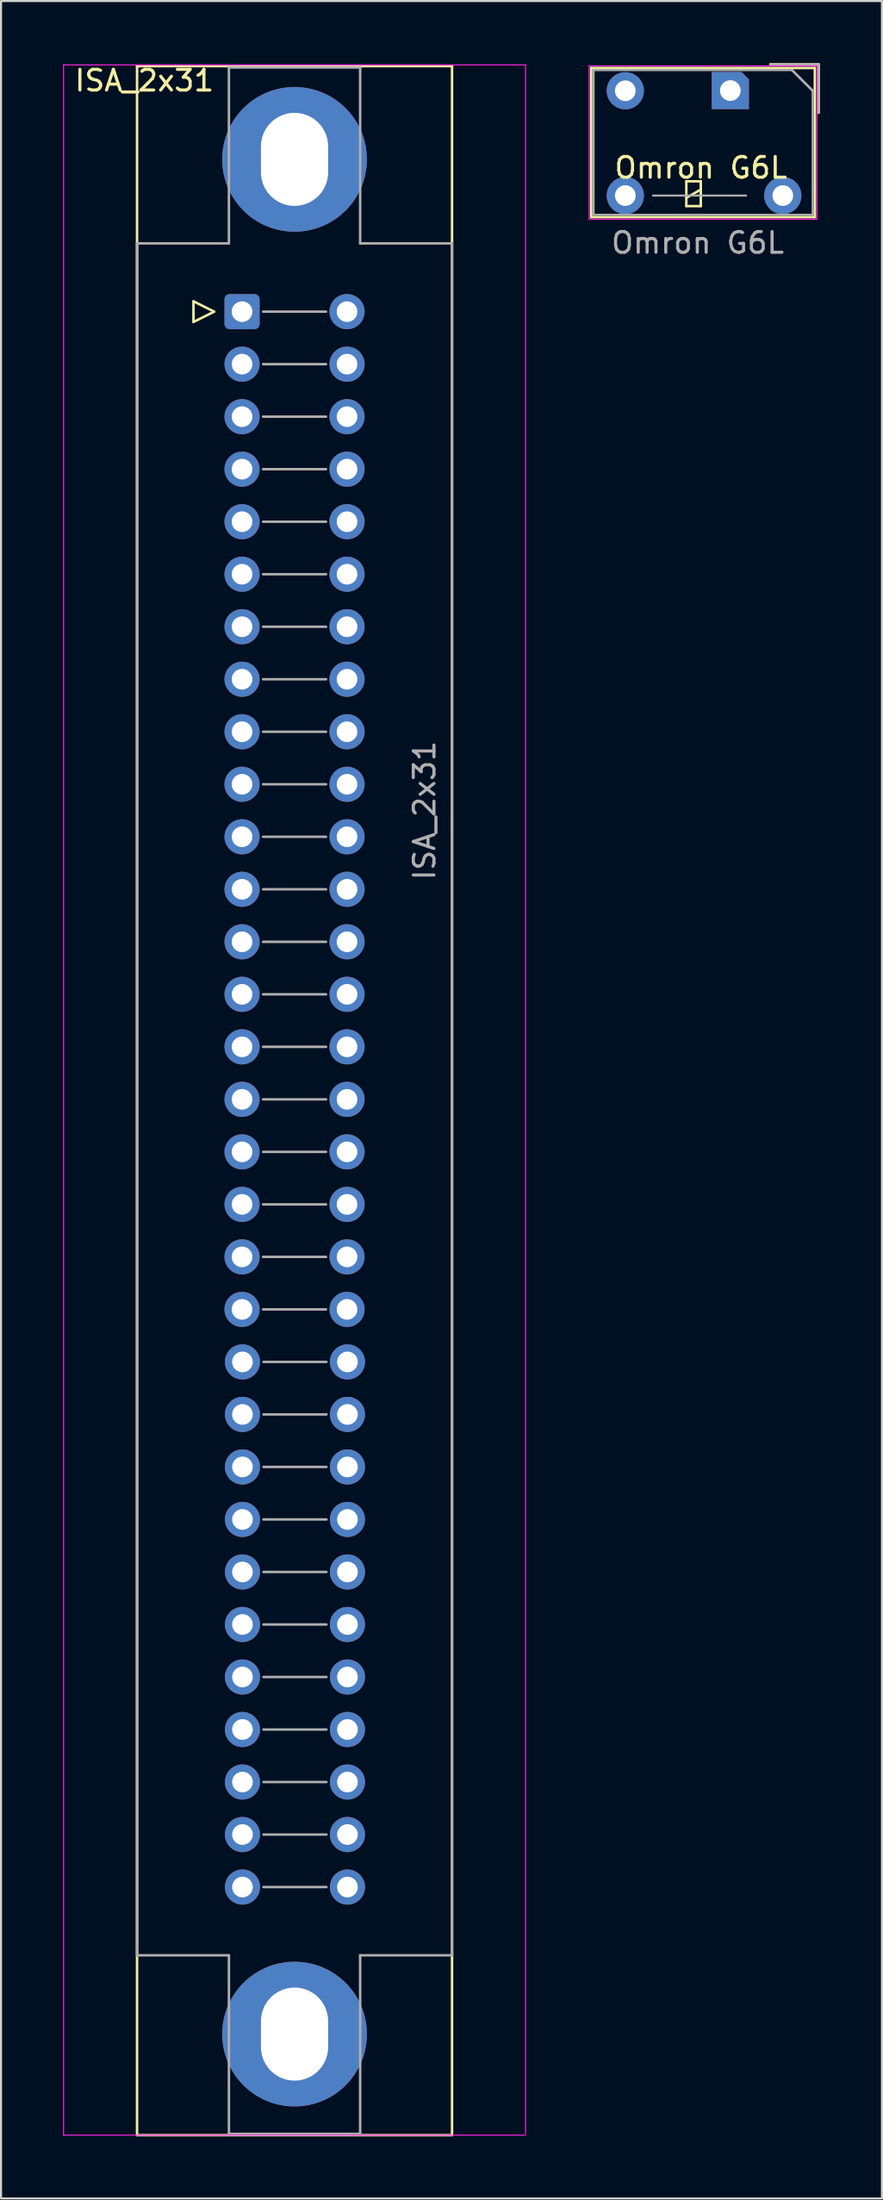
<source format=kicad_pcb>
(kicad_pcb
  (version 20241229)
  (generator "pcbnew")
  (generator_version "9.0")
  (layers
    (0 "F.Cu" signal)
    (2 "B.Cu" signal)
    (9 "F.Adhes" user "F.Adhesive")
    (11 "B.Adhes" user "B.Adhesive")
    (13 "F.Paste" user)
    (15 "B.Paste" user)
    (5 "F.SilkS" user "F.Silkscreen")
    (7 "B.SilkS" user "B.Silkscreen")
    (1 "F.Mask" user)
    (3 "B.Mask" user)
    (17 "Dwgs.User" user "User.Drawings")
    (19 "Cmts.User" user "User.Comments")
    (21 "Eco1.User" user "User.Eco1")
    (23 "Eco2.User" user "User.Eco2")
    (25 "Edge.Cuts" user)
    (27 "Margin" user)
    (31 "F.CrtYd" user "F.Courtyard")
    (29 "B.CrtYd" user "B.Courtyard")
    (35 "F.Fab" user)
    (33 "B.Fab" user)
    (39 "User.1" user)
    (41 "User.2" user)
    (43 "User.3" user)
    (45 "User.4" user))
  (footprint "ISA_2x31"
    (layer "F.Cu")
    (at 8.661 12.024)
    (property "Reference" "ISA_2x31" (at -1.27 -11.176 0) (layer "F.SilkS") (effects (font (size 1 1) (thickness 0.15)) (justify right)))
    (attr through_hole)
    (fp_line (start -5.08 -11.874) (end 10.16 -11.874) (stroke (width 0.12) (type solid)) (layer "F.SilkS"))
    (fp_line (start -5.08 88.138) (end -5.08 -11.874) (stroke (width 0.12) (type solid)) (layer "F.SilkS"))
    (fp_line (start -2.35 -0.5) (end -2.35 0.5) (stroke (width 0.12) (type solid)) (layer "F.SilkS"))
    (fp_line (start -2.35 0.5) (end -1.35 0) (stroke (width 0.12) (type solid)) (layer "F.SilkS"))
    (fp_line (start -1.35 0) (end -2.35 -0.5) (stroke (width 0.12) (type solid)) (layer "F.SilkS"))
    (fp_line (start 10.16 -11.874) (end 10.16 88.138) (stroke (width 0.12) (type solid)) (layer "F.SilkS"))
    (fp_line (start 10.16 88.201) (end -5.08 88.201) (stroke (width 0.12) (type solid)) (layer "F.SilkS"))
    (fp_line (start -8.636 -11.938) (end 13.716 -11.938) (stroke (width 0.05) (type solid)) (layer "F.CrtYd"))
    (fp_line (start -8.636 88.2) (end -8.636 -11.938) (stroke (width 0.05) (type solid)) (layer "F.CrtYd"))
    (fp_line (start 13.716 -11.938) (end 13.716 88.138) (stroke (width 0.05) (type solid)) (layer "F.CrtYd"))
    (fp_line (start 13.716 88.2) (end -8.636 88.2) (stroke (width 0.05) (type solid)) (layer "F.CrtYd"))
    (fp_line (start -5.08 79.502) (end -5.08 -3.302) (stroke (width 0.12) (type solid)) (layer "F.Fab"))
    (fp_line (start -0.635 -11.811) (end 5.715 -11.811) (stroke (width 0.12) (type solid)) (layer "F.Fab"))
    (fp_line (start -0.635 -3.302) (end -5.08 -3.302) (stroke (width 0.12) (type solid)) (layer "F.Fab"))
    (fp_line (start -0.635 -3.302) (end -0.635 -11.811) (stroke (width 0.12) (type solid)) (layer "F.Fab"))
    (fp_line (start -0.635 79.502) (end -5.08 79.502) (stroke (width 0.12) (type solid)) (layer "F.Fab"))
    (fp_line (start -0.635 88.138) (end -0.635 79.502) (stroke (width 0.12) (type solid)) (layer "F.Fab"))
    (fp_line (start -0.635 88.138) (end 5.715 88.138) (stroke (width 0.12) (type solid)) (layer "F.Fab"))
    (fp_line (start 1.016 0) (end 4.064 0) (stroke (width 0.12) (type solid)) (layer "F.Fab"))
    (fp_line (start 1.016 2.54) (end 4.064 2.54) (stroke (width 0.12) (type solid)) (layer "F.Fab"))
    (fp_line (start 1.016 5.08) (end 4.064 5.08) (stroke (width 0.12) (type solid)) (layer "F.Fab"))
    (fp_line (start 1.016 7.62) (end 4.064 7.62) (stroke (width 0.12) (type solid)) (layer "F.Fab"))
    (fp_line (start 1.016 10.16) (end 4.064 10.16) (stroke (width 0.12) (type solid)) (layer "F.Fab"))
    (fp_line (start 1.016 12.7) (end 4.064 12.7) (stroke (width 0.12) (type solid)) (layer "F.Fab"))
    (fp_line (start 1.016 15.24) (end 4.064 15.24) (stroke (width 0.12) (type solid)) (layer "F.Fab"))
    (fp_line (start 1.016 17.78) (end 4.064 17.78) (stroke (width 0.12) (type solid)) (layer "F.Fab"))
    (fp_line (start 1.016 20.32) (end 4.064 20.32) (stroke (width 0.12) (type solid)) (layer "F.Fab"))
    (fp_line (start 1.016 22.86) (end 4.064 22.86) (stroke (width 0.12) (type solid)) (layer "F.Fab"))
    (fp_line (start 1.016 25.4) (end 4.064 25.4) (stroke (width 0.12) (type solid)) (layer "F.Fab"))
    (fp_line (start 1.016 27.94) (end 4.064 27.94) (stroke (width 0.12) (type solid)) (layer "F.Fab"))
    (fp_line (start 1.016 30.48) (end 4.064 30.48) (stroke (width 0.12) (type solid)) (layer "F.Fab"))
    (fp_line (start 1.016 33.02) (end 4.064 33.02) (stroke (width 0.12) (type solid)) (layer "F.Fab"))
    (fp_line (start 1.016 35.56) (end 4.064 35.56) (stroke (width 0.12) (type solid)) (layer "F.Fab"))
    (fp_line (start 1.016 38.1) (end 4.064 38.1) (stroke (width 0.12) (type solid)) (layer "F.Fab"))
    (fp_line (start 1.016 40.64) (end 4.064 40.64) (stroke (width 0.12) (type solid)) (layer "F.Fab"))
    (fp_line (start 1.016 43.18) (end 4.064 43.18) (stroke (width 0.12) (type solid)) (layer "F.Fab"))
    (fp_line (start 1.016 45.72) (end 4.064 45.72) (stroke (width 0.12) (type solid)) (layer "F.Fab"))
    (fp_line (start 1.016 48.26) (end 4.064 48.26) (stroke (width 0.12) (type solid)) (layer "F.Fab"))
    (fp_line (start 1.036 50.8) (end 4.084 50.8) (stroke (width 0.12) (type solid)) (layer "F.Fab"))
    (fp_line (start 1.036 53.34) (end 4.084 53.34) (stroke (width 0.12) (type solid)) (layer "F.Fab"))
    (fp_line (start 1.036 55.88) (end 4.084 55.88) (stroke (width 0.12) (type solid)) (layer "F.Fab"))
    (fp_line (start 1.036 58.42) (end 4.084 58.42) (stroke (width 0.12) (type solid)) (layer "F.Fab"))
    (fp_line (start 1.036 60.96) (end 4.084 60.96) (stroke (width 0.12) (type solid)) (layer "F.Fab"))
    (fp_line (start 1.036 63.5) (end 4.084 63.5) (stroke (width 0.12) (type solid)) (layer "F.Fab"))
    (fp_line (start 1.036 66.04) (end 4.084 66.04) (stroke (width 0.12) (type solid)) (layer "F.Fab"))
    (fp_line (start 1.036 68.58) (end 4.084 68.58) (stroke (width 0.12) (type solid)) (layer "F.Fab"))
    (fp_line (start 1.036 71.12) (end 4.084 71.12) (stroke (width 0.12) (type solid)) (layer "F.Fab"))
    (fp_line (start 1.036 73.66) (end 4.084 73.66) (stroke (width 0.12) (type solid)) (layer "F.Fab"))
    (fp_line (start 1.036 76.2) (end 4.084 76.2) (stroke (width 0.12) (type solid)) (layer "F.Fab"))
    (fp_line (start 5.715 -11.811) (end 5.715 -3.302) (stroke (width 0.12) (type solid)) (layer "F.Fab"))
    (fp_line (start 5.715 -3.302) (end 10.16 -3.302) (stroke (width 0.12) (type solid)) (layer "F.Fab"))
    (fp_line (start 5.715 79.502) (end 5.715 88.138) (stroke (width 0.12) (type solid)) (layer "F.Fab"))
    (fp_line (start 10.16 -3.302) (end 10.16 79.502) (stroke (width 0.12) (type solid)) (layer "F.Fab"))
    (fp_line (start 10.16 79.502) (end 5.715 79.502) (stroke (width 0.12) (type solid)) (layer "F.Fab"))
    (fp_text user "${REFERENCE}" (at 8.83 24.13 90) (layer "F.Fab") (effects (font (size 1 1) (thickness 0.15))))
    (pad "MP" thru_hole circle (at 2.54 -7.366) (size 7 7) (drill oval 3.25 4.5) (layers "*.Cu" "*.Mask"))
    (pad "MP" thru_hole circle (at 2.54 83.312) (size 7 7) (drill oval 3.25 4.5) (layers "*.Cu" "*.Mask"))
    (pad "a1" thru_hole roundrect (at 0 0) (size 1.7 1.7) (drill 1) (layers "*.Cu" "*.Mask") (roundrect_rratio 0.147))
    (pad "a2" thru_hole circle (at 0 2.54) (size 1.7 1.7) (drill 1) (layers "*.Cu" "*.Mask"))
    (pad "a3" thru_hole circle (at 0 5.08) (size 1.7 1.7) (drill 1) (layers "*.Cu" "*.Mask"))
    (pad "a4" thru_hole circle (at 0 7.62) (size 1.7 1.7) (drill 1) (layers "*.Cu" "*.Mask"))
    (pad "a5" thru_hole circle (at 0 10.16) (size 1.7 1.7) (drill 1) (layers "*.Cu" "*.Mask"))
    (pad "a6" thru_hole circle (at 0 12.7) (size 1.7 1.7) (drill 1) (layers "*.Cu" "*.Mask"))
    (pad "a7" thru_hole circle (at 0 15.24) (size 1.7 1.7) (drill 1) (layers "*.Cu" "*.Mask"))
    (pad "a8" thru_hole circle (at 0 17.78) (size 1.7 1.7) (drill 1) (layers "*.Cu" "*.Mask"))
    (pad "a9" thru_hole circle (at 0 20.32) (size 1.7 1.7) (drill 1) (layers "*.Cu" "*.Mask"))
    (pad "a10" thru_hole circle (at 0 22.86) (size 1.7 1.7) (drill 1) (layers "*.Cu" "*.Mask"))
    (pad "a11" thru_hole circle (at 0 25.4) (size 1.7 1.7) (drill 1) (layers "*.Cu" "*.Mask"))
    (pad "a12" thru_hole circle (at 0 27.94) (size 1.7 1.7) (drill 1) (layers "*.Cu" "*.Mask"))
    (pad "a13" thru_hole circle (at 0 30.48) (size 1.7 1.7) (drill 1) (layers "*.Cu" "*.Mask"))
    (pad "a14" thru_hole circle (at 0 33.02) (size 1.7 1.7) (drill 1) (layers "*.Cu" "*.Mask"))
    (pad "a15" thru_hole circle (at 0 35.56) (size 1.7 1.7) (drill 1) (layers "*.Cu" "*.Mask"))
    (pad "a16" thru_hole circle (at 0 38.1) (size 1.7 1.7) (drill 1) (layers "*.Cu" "*.Mask"))
    (pad "a17" thru_hole circle (at 0 40.64) (size 1.7 1.7) (drill 1) (layers "*.Cu" "*.Mask"))
    (pad "a18" thru_hole circle (at 0 43.18) (size 1.7 1.7) (drill 1) (layers "*.Cu" "*.Mask"))
    (pad "a19" thru_hole circle (at 0 45.72) (size 1.7 1.7) (drill 1) (layers "*.Cu" "*.Mask"))
    (pad "a20" thru_hole circle (at 0 48.26) (size 1.7 1.7) (drill 1) (layers "*.Cu" "*.Mask"))
    (pad "a21" thru_hole circle (at 0.02 50.8) (size 1.7 1.7) (drill 1) (layers "*.Cu" "*.Mask"))
    (pad "a22" thru_hole circle (at 0.02 53.34) (size 1.7 1.7) (drill 1) (layers "*.Cu" "*.Mask"))
    (pad "a23" thru_hole circle (at 0.02 55.88) (size 1.7 1.7) (drill 1) (layers "*.Cu" "*.Mask"))
    (pad "a24" thru_hole circle (at 0.02 58.42) (size 1.7 1.7) (drill 1) (layers "*.Cu" "*.Mask"))
    (pad "a25" thru_hole circle (at 0.02 60.96) (size 1.7 1.7) (drill 1) (layers "*.Cu" "*.Mask"))
    (pad "a26" thru_hole circle (at 0.02 63.5) (size 1.7 1.7) (drill 1) (layers "*.Cu" "*.Mask"))
    (pad "a27" thru_hole circle (at 0.02 66.04) (size 1.7 1.7) (drill 1) (layers "*.Cu" "*.Mask"))
    (pad "a28" thru_hole circle (at 0.02 68.58) (size 1.7 1.7) (drill 1) (layers "*.Cu" "*.Mask"))
    (pad "a29" thru_hole circle (at 0.02 71.12) (size 1.7 1.7) (drill 1) (layers "*.Cu" "*.Mask"))
    (pad "a30" thru_hole circle (at 0.02 73.66) (size 1.7 1.7) (drill 1) (layers "*.Cu" "*.Mask"))
    (pad "a31" thru_hole circle (at 0.02 76.2) (size 1.7 1.7) (drill 1) (layers "*.Cu" "*.Mask"))
    (pad "b1" thru_hole circle (at 5.08 0) (size 1.7 1.7) (drill 1) (layers "*.Cu" "*.Mask"))
    (pad "b2" thru_hole circle (at 5.08 2.54) (size 1.7 1.7) (drill 1) (layers "*.Cu" "*.Mask"))
    (pad "b3" thru_hole circle (at 5.08 5.08) (size 1.7 1.7) (drill 1) (layers "*.Cu" "*.Mask"))
    (pad "b4" thru_hole circle (at 5.08 7.62) (size 1.7 1.7) (drill 1) (layers "*.Cu" "*.Mask"))
    (pad "b5" thru_hole circle (at 5.08 10.16) (size 1.7 1.7) (drill 1) (layers "*.Cu" "*.Mask"))
    (pad "b6" thru_hole circle (at 5.08 12.7) (size 1.7 1.7) (drill 1) (layers "*.Cu" "*.Mask"))
    (pad "b7" thru_hole circle (at 5.08 15.24) (size 1.7 1.7) (drill 1) (layers "*.Cu" "*.Mask"))
    (pad "b8" thru_hole circle (at 5.08 17.78) (size 1.7 1.7) (drill 1) (layers "*.Cu" "*.Mask"))
    (pad "b9" thru_hole circle (at 5.08 20.32) (size 1.7 1.7) (drill 1) (layers "*.Cu" "*.Mask"))
    (pad "b10" thru_hole circle (at 5.08 22.86) (size 1.7 1.7) (drill 1) (layers "*.Cu" "*.Mask"))
    (pad "b11" thru_hole circle (at 5.08 25.4) (size 1.7 1.7) (drill 1) (layers "*.Cu" "*.Mask"))
    (pad "b12" thru_hole circle (at 5.08 27.94) (size 1.7 1.7) (drill 1) (layers "*.Cu" "*.Mask"))
    (pad "b13" thru_hole circle (at 5.08 30.48) (size 1.7 1.7) (drill 1) (layers "*.Cu" "*.Mask"))
    (pad "b14" thru_hole circle (at 5.08 33.02) (size 1.7 1.7) (drill 1) (layers "*.Cu" "*.Mask"))
    (pad "b15" thru_hole circle (at 5.08 35.56) (size 1.7 1.7) (drill 1) (layers "*.Cu" "*.Mask"))
    (pad "b16" thru_hole circle (at 5.08 38.1) (size 1.7 1.7) (drill 1) (layers "*.Cu" "*.Mask"))
    (pad "b17" thru_hole circle (at 5.08 40.64) (size 1.7 1.7) (drill 1) (layers "*.Cu" "*.Mask"))
    (pad "b18" thru_hole circle (at 5.08 43.18) (size 1.7 1.7) (drill 1) (layers "*.Cu" "*.Mask"))
    (pad "b19" thru_hole circle (at 5.08 45.72) (size 1.7 1.7) (drill 1) (layers "*.Cu" "*.Mask"))
    (pad "b20" thru_hole circle (at 5.08 48.26) (size 1.7 1.7) (drill 1) (layers "*.Cu" "*.Mask"))
    (pad "b21" thru_hole circle (at 5.1 50.8) (size 1.7 1.7) (drill 1) (layers "*.Cu" "*.Mask"))
    (pad "b22" thru_hole circle (at 5.1 53.34) (size 1.7 1.7) (drill 1) (layers "*.Cu" "*.Mask"))
    (pad "b23" thru_hole circle (at 5.1 55.88) (size 1.7 1.7) (drill 1) (layers "*.Cu" "*.Mask"))
    (pad "b24" thru_hole circle (at 5.1 58.42) (size 1.7 1.7) (drill 1) (layers "*.Cu" "*.Mask"))
    (pad "b25" thru_hole circle (at 5.1 60.96) (size 1.7 1.7) (drill 1) (layers "*.Cu" "*.Mask"))
    (pad "b26" thru_hole circle (at 5.1 63.5) (size 1.7 1.7) (drill 1) (layers "*.Cu" "*.Mask"))
    (pad "b27" thru_hole circle (at 5.1 66.04) (size 1.7 1.7) (drill 1) (layers "*.Cu" "*.Mask"))
    (pad "b28" thru_hole circle (at 5.1 68.58) (size 1.7 1.7) (drill 1) (layers "*.Cu" "*.Mask"))
    (pad "b29" thru_hole circle (at 5.1 71.12) (size 1.7 1.7) (drill 1) (layers "*.Cu" "*.Mask"))
    (pad "b30" thru_hole circle (at 5.1 73.66) (size 1.7 1.7) (drill 1) (layers "*.Cu" "*.Mask"))
    (pad "b31" thru_hole circle (at 5.1 76.2) (size 1.7 1.7) (drill 1) (layers "*.Cu" "*.Mask")))
  (footprint "Omron G6L"
    (layer "F.Cu")
    (at 30.736 3.601)
    (property "Reference" "Omron G6L" (at 0.127 1.463 0) (unlocked yes) (layer "F.SilkS") (effects (font (size 1 1) (thickness 0.15))))
    (attr through_hole)
    (fp_line (start -5.182 -3.363) (end -5.182 3.85) (stroke (width 0.12) (type solid)) (layer "F.SilkS"))
    (fp_line (start -5.182 3.85) (end 5.639 3.85) (stroke (width 0.12) (type solid)) (layer "F.SilkS"))
    (fp_line (start -0.579 2.117) (end -0.579 3.317) (stroke (width 0.12) (type solid)) (layer "F.SilkS"))
    (fp_line (start -0.579 2.917) (end 0.121 2.517) (stroke (width 0.12) (type solid)) (layer "F.SilkS"))
    (fp_line (start -0.579 3.317) (end 0.121 3.317) (stroke (width 0.12) (type solid)) (layer "F.SilkS"))
    (fp_line (start 0.121 2.117) (end -0.579 2.117) (stroke (width 0.12) (type solid)) (layer "F.SilkS"))
    (fp_line (start 0.121 3.317) (end 0.121 2.117) (stroke (width 0.12) (type solid)) (layer "F.SilkS"))
    (fp_line (start 3.482 -3.541) (end 5.822 -3.541) (stroke (width 0.12) (type solid)) (layer "F.SilkS"))
    (fp_line (start 5.639 -3.363) (end -5.182 -3.363) (stroke (width 0.12) (type solid)) (layer "F.SilkS"))
    (fp_line (start 5.639 3.85) (end 5.639 -3.363) (stroke (width 0.12) (type solid)) (layer "F.SilkS"))
    (fp_line (start 5.828 -3.535) (end 5.828 -1.195) (stroke (width 0.12) (type solid)) (layer "F.SilkS"))
    (fp_line (start -5.283 -3.465) (end -5.283 3.952) (stroke (width 0.05) (type solid)) (layer "F.CrtYd"))
    (fp_line (start -5.283 3.952) (end 5.74 3.952) (stroke (width 0.05) (type solid)) (layer "F.CrtYd"))
    (fp_line (start 5.74 -3.465) (end -5.309 -3.465) (stroke (width 0.05) (type solid)) (layer "F.CrtYd"))
    (fp_line (start 5.74 3.952) (end 5.74 -3.465) (stroke (width 0.05) (type solid)) (layer "F.CrtYd"))
    (fp_line (start -5.065 -3.261) (end -5.065 3.739) (stroke (width 0.1) (type solid)) (layer "F.Fab"))
    (fp_line (start -5.065 3.739) (end 5.535 3.739) (stroke (width 0.1) (type solid)) (layer "F.Fab"))
    (fp_line (start -2.189 2.809) (end 2.311 2.809) (stroke (width 0.1) (type solid)) (layer "F.Fab"))
    (fp_line (start 3.477 -3.541) (end 5.817 -3.541) (stroke (width 0.1) (type solid)) (layer "F.Fab"))
    (fp_line (start 4.535 -3.261) (end -5.065 -3.261) (stroke (width 0.1) (type solid)) (layer "F.Fab"))
    (fp_line (start 4.535 -3.261) (end 5.526 -2.27) (stroke (width 0.12) (type solid)) (layer "F.Fab"))
    (fp_line (start 5.535 3.712) (end 5.535 -2.288) (stroke (width 0.1) (type solid)) (layer "F.Fab"))
    (fp_line (start 5.828 -3.538) (end 5.828 -1.198) (stroke (width 0.1) (type solid)) (layer "F.Fab"))
    (fp_text user "${REFERENCE}" (at -0.025 5.095 0) (unlocked yes) (layer "F.Fab") (effects (font (size 1 1) (thickness 0.15))))
    (pad "2" thru_hole roundrect (at 1.549 -2.271 270) (size 1.8 1.8) (drill 1) (layers "*.Cu" "*.Mask") (roundrect_rratio 0) (chamfer_ratio 0.2) (chamfer top_left))
    (pad "4" thru_hole circle (at -3.531 -2.261 270) (size 1.8 1.8) (drill 1) (layers "*.Cu" "*.Mask"))
    (pad "5" thru_hole circle (at -3.531 2.809 270) (size 1.8 1.8) (drill 1) (layers "*.Cu" "*.Mask"))
    (pad "8" thru_hole circle (at 4.089 2.809 270) (size 1.8 1.8) (drill 1) (layers "*.Cu" "*.Mask")))
  (gr_rect
    (start -3 -3)
    (end 39.623 103.286)
    (stroke (width 0.1) (type default))
    (fill no)
    (layer "Edge.Cuts")))
</source>
